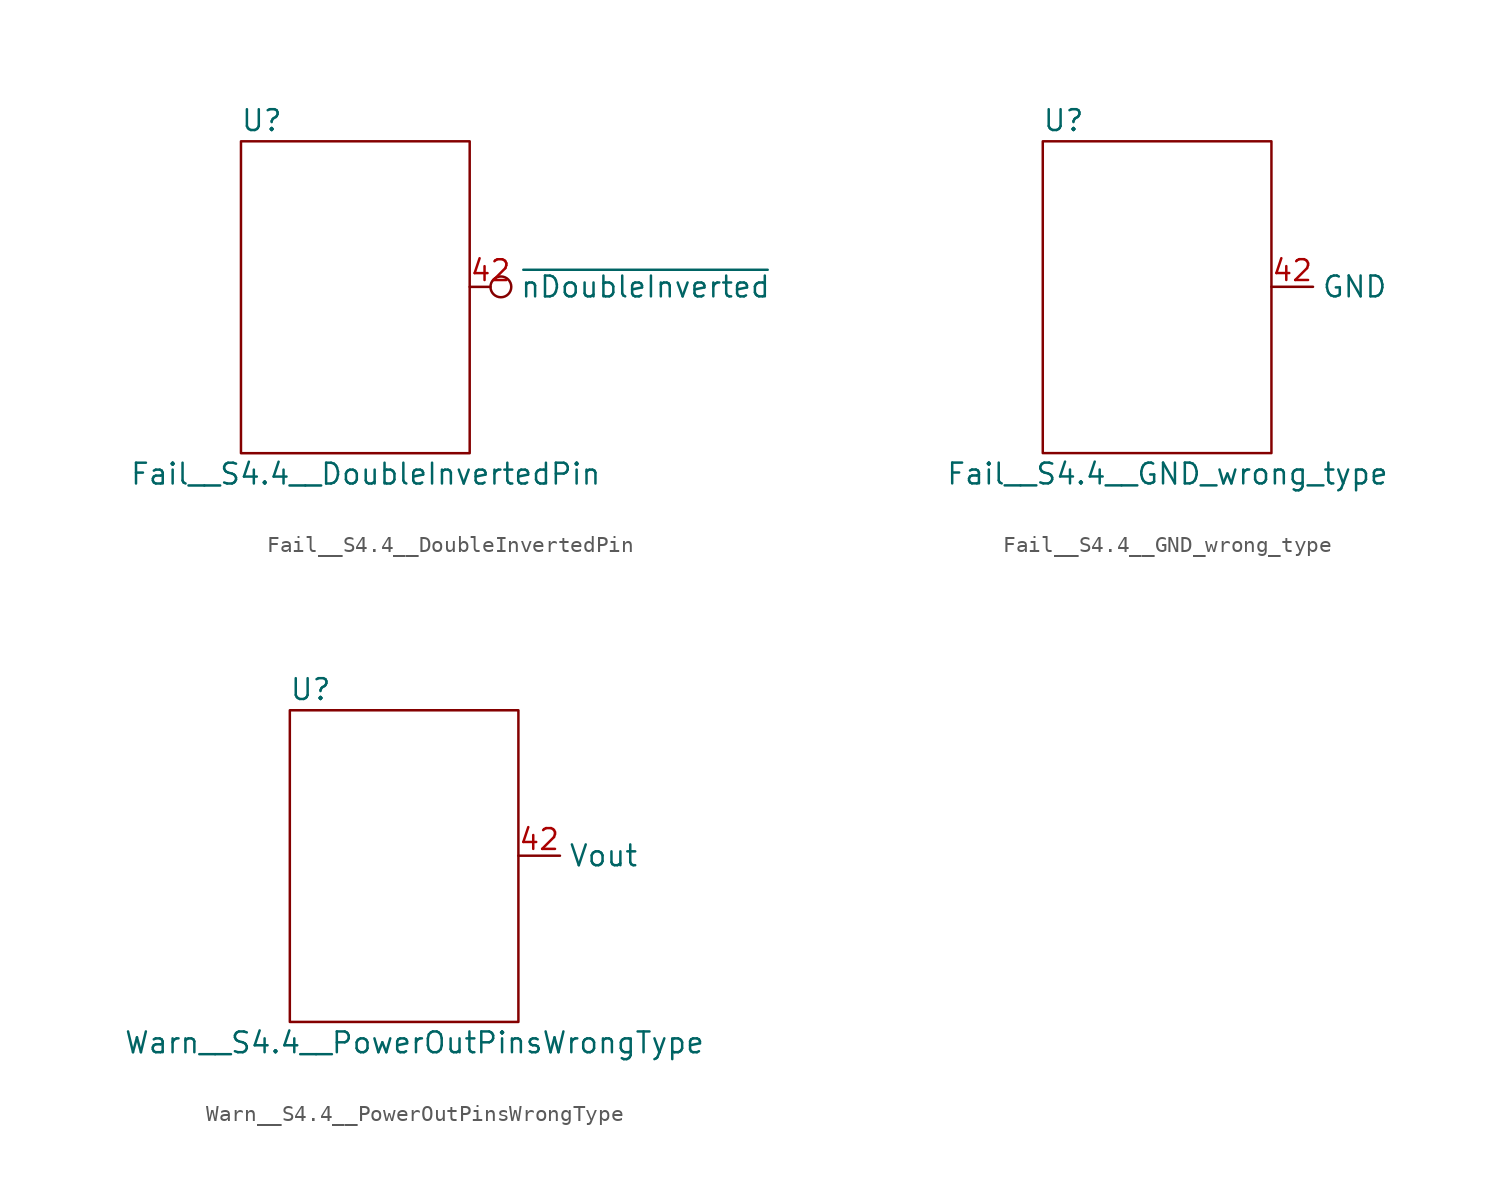
<source format=kicad_sym>
(kicad_symbol_lib
  (version 20231120)
  (generator "kicad_symbol_editor")
  (generator_version "8.0")
  (symbol "Fail__S4.4__DoubleInvertedPin"
    (property "Reference" "U"
      (at -6.35 11.43 0)
      (effects (font (size 1.27 1.27))))
    (property "Value" "Fail__S4.4__DoubleInvertedPin"
      (at 0 -10.16 0)
      (effects (font (size 1.27 1.27))))
    (symbol "Fail__S4.4__DoubleInvertedPin_0_1"
      (rectangle (start -7.62 10.16) (end 6.35 -8.89) (stroke (width 0.152) (type default)) (fill (type none))))
    (symbol "Fail__S4.4__DoubleInvertedPin_1_1"
      (pin passive inverted (at 6.35 1.27 0) (length 2.54) (name "~{nDoubleInverted}" (effects (font (size 1.27 1.27)))) (number "42" (effects (font (size 1.27 1.27)))))))
  (symbol "Fail__S4.4__GND_wrong_type"
    (property "Reference" "U"
      (at -6.35 11.43 0)
      (effects (font (size 1.27 1.27))))
    (property "Value" "Fail__S4.4__GND_wrong_type"
      (at 0 -10.16 0)
      (effects (font (size 1.27 1.27))))
    (symbol "Fail__S4.4__GND_wrong_type_0_1"
      (rectangle (start -7.62 10.16) (end 6.35 -8.89) (stroke (width 0.152) (type default)) (fill (type none))))
    (symbol "Fail__S4.4__GND_wrong_type_1_1"
      (pin passive line (at 6.35 1.27 0) (length 2.54) (name "GND" (effects (font (size 1.27 1.27)))) (number "42" (effects (font (size 1.27 1.27)))))))
  (symbol "Warn__S4.4__PowerOutPinsWrongType"
    (property "Reference" "U"
      (at -6.35 11.43 0)
      (effects (font (size 1.27 1.27))))
    (property "Value" "Warn__S4.4__PowerOutPinsWrongType"
      (at 0 -10.16 0)
      (effects (font (size 1.27 1.27))))
    (symbol "Warn__S4.4__PowerOutPinsWrongType_0_1"
      (rectangle (start -7.62 10.16) (end 6.35 -8.89) (stroke (width 0.152) (type default)) (fill (type none))))
    (symbol "Warn__S4.4__PowerOutPinsWrongType_1_1"
      (pin passive line (at 6.35 1.27 0) (length 2.54) (name "Vout" (effects (font (size 1.27 1.27)))) (number "42" (effects (font (size 1.27 1.27))))))))
</source>
